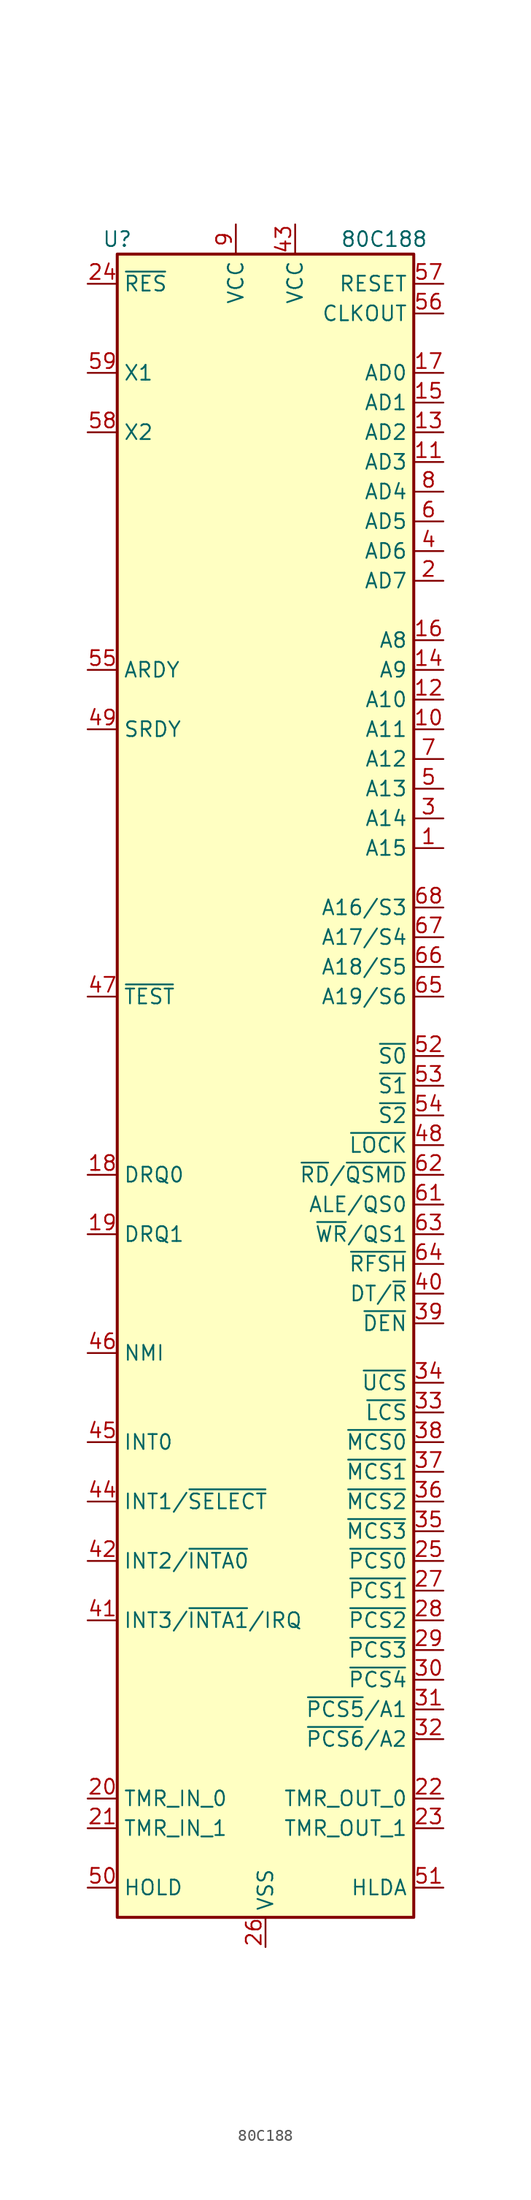
<source format=kicad_sym>
(kicad_symbol_lib
  (version 20200908)
  (generator kicad_symbol_editor)
  (symbol "MCU_Intel:80C188"
    (property "Reference" "U"
      (at -12.7 72.39 0)
      (effects (font (size 1.27 1.27))))
    (property "Value" "80C188"
      (at 10.16 72.39 0)
      (effects (font (size 1.27 1.27))))
    (symbol "80C188_0_1"
      (rectangle (start 12.7 -71.12) (end -12.7 71.12) (stroke (width 0.254)) (fill (type background))))
    (symbol "80C188_1_1"
      (pin output line (at 15.24 20.32 180) (length 2.54) (name "A15" (effects (font (size 1.27 1.27)))) (number "1" (effects (font (size 1.27 1.27)))))
      (pin output line (at 15.24 30.48 180) (length 2.54) (name "A11" (effects (font (size 1.27 1.27)))) (number "10" (effects (font (size 1.27 1.27)))))
      (pin bidirectional line (at 15.24 53.34 180) (length 2.54) (name "AD3" (effects (font (size 1.27 1.27)))) (number "11" (effects (font (size 1.27 1.27)))))
      (pin output line (at 15.24 33.02 180) (length 2.54) (name "A10" (effects (font (size 1.27 1.27)))) (number "12" (effects (font (size 1.27 1.27)))))
      (pin bidirectional line (at 15.24 55.88 180) (length 2.54) (name "AD2" (effects (font (size 1.27 1.27)))) (number "13" (effects (font (size 1.27 1.27)))))
      (pin output line (at 15.24 35.56 180) (length 2.54) (name "A9" (effects (font (size 1.27 1.27)))) (number "14" (effects (font (size 1.27 1.27)))))
      (pin bidirectional line (at 15.24 58.42 180) (length 2.54) (name "AD1" (effects (font (size 1.27 1.27)))) (number "15" (effects (font (size 1.27 1.27)))))
      (pin output line (at 15.24 38.1 180) (length 2.54) (name "A8" (effects (font (size 1.27 1.27)))) (number "16" (effects (font (size 1.27 1.27)))))
      (pin bidirectional line (at 15.24 60.96 180) (length 2.54) (name "AD0" (effects (font (size 1.27 1.27)))) (number "17" (effects (font (size 1.27 1.27)))))
      (pin input line (at -15.24 -7.62 0) (length 2.54) (name "DRQ0" (effects (font (size 1.27 1.27)))) (number "18" (effects (font (size 1.27 1.27)))))
      (pin input line (at -15.24 -12.7 0) (length 2.54) (name "DRQ1" (effects (font (size 1.27 1.27)))) (number "19" (effects (font (size 1.27 1.27)))))
      (pin bidirectional line (at 15.24 43.18 180) (length 2.54) (name "AD7" (effects (font (size 1.27 1.27)))) (number "2" (effects (font (size 1.27 1.27)))))
      (pin input line (at -15.24 -60.96 0) (length 2.54) (name "TMR_IN_0" (effects (font (size 1.27 1.27)))) (number "20" (effects (font (size 1.27 1.27)))))
      (pin input line (at -15.24 -63.5 0) (length 2.54) (name "TMR_IN_1" (effects (font (size 1.27 1.27)))) (number "21" (effects (font (size 1.27 1.27)))))
      (pin output line (at 15.24 -60.96 180) (length 2.54) (name "TMR_OUT_0" (effects (font (size 1.27 1.27)))) (number "22" (effects (font (size 1.27 1.27)))))
      (pin output line (at 15.24 -63.5 180) (length 2.54) (name "TMR_OUT_1" (effects (font (size 1.27 1.27)))) (number "23" (effects (font (size 1.27 1.27)))))
      (pin input line (at -15.24 68.58 0) (length 2.54) (name "~RES~" (effects (font (size 1.27 1.27)))) (number "24" (effects (font (size 1.27 1.27)))))
      (pin output line (at 15.24 -40.64 180) (length 2.54) (name "~PCS0~" (effects (font (size 1.27 1.27)))) (number "25" (effects (font (size 1.27 1.27)))))
      (pin power_in line (at 0 -73.66 90) (length 2.54) (name "VSS" (effects (font (size 1.27 1.27)))) (number "26" (effects (font (size 1.27 1.27)))))
      (pin output line (at 15.24 -43.18 180) (length 2.54) (name "~PCS1~" (effects (font (size 1.27 1.27)))) (number "27" (effects (font (size 1.27 1.27)))))
      (pin output line (at 15.24 -45.72 180) (length 2.54) (name "~PCS2~" (effects (font (size 1.27 1.27)))) (number "28" (effects (font (size 1.27 1.27)))))
      (pin output line (at 15.24 -48.26 180) (length 2.54) (name "~PCS3~" (effects (font (size 1.27 1.27)))) (number "29" (effects (font (size 1.27 1.27)))))
      (pin output line (at 15.24 22.86 180) (length 2.54) (name "A14" (effects (font (size 1.27 1.27)))) (number "3" (effects (font (size 1.27 1.27)))))
      (pin output line (at 15.24 -50.8 180) (length 2.54) (name "~PCS4~" (effects (font (size 1.27 1.27)))) (number "30" (effects (font (size 1.27 1.27)))))
      (pin output line (at 15.24 -53.34 180) (length 2.54) (name "~PCS5~/A1" (effects (font (size 1.27 1.27)))) (number "31" (effects (font (size 1.27 1.27)))))
      (pin output line (at 15.24 -55.88 180) (length 2.54) (name "~PCS6~/A2" (effects (font (size 1.27 1.27)))) (number "32" (effects (font (size 1.27 1.27)))))
      (pin bidirectional line (at 15.24 -27.94 180) (length 2.54) (name "~LCS~" (effects (font (size 1.27 1.27)))) (number "33" (effects (font (size 1.27 1.27)))))
      (pin bidirectional line (at 15.24 -25.4 180) (length 2.54) (name "~UCS~" (effects (font (size 1.27 1.27)))) (number "34" (effects (font (size 1.27 1.27)))))
      (pin output line (at 15.24 -38.1 180) (length 2.54) (name "~MCS3~" (effects (font (size 1.27 1.27)))) (number "35" (effects (font (size 1.27 1.27)))))
      (pin output line (at 15.24 -35.56 180) (length 2.54) (name "~MCS2~" (effects (font (size 1.27 1.27)))) (number "36" (effects (font (size 1.27 1.27)))))
      (pin output line (at 15.24 -33.02 180) (length 2.54) (name "~MCS1~" (effects (font (size 1.27 1.27)))) (number "37" (effects (font (size 1.27 1.27)))))
      (pin output line (at 15.24 -30.48 180) (length 2.54) (name "~MCS0~" (effects (font (size 1.27 1.27)))) (number "38" (effects (font (size 1.27 1.27)))))
      (pin output line (at 15.24 -20.32 180) (length 2.54) (name "~DEN~" (effects (font (size 1.27 1.27)))) (number "39" (effects (font (size 1.27 1.27)))))
      (pin bidirectional line (at 15.24 45.72 180) (length 2.54) (name "AD6" (effects (font (size 1.27 1.27)))) (number "4" (effects (font (size 1.27 1.27)))))
      (pin output line (at 15.24 -17.78 180) (length 2.54) (name "DT/~R~" (effects (font (size 1.27 1.27)))) (number "40" (effects (font (size 1.27 1.27)))))
      (pin bidirectional line (at -15.24 -45.72 0) (length 2.54) (name "INT3/~INTA1~/IRQ" (effects (font (size 1.27 1.27)))) (number "41" (effects (font (size 1.27 1.27)))))
      (pin bidirectional line (at -15.24 -40.64 0) (length 2.54) (name "INT2/~INTA0~" (effects (font (size 1.27 1.27)))) (number "42" (effects (font (size 1.27 1.27)))))
      (pin power_in line (at 2.54 73.66 270) (length 2.54) (name "VCC" (effects (font (size 1.27 1.27)))) (number "43" (effects (font (size 1.27 1.27)))))
      (pin input line (at -15.24 -35.56 0) (length 2.54) (name "INT1/~SELECT~" (effects (font (size 1.27 1.27)))) (number "44" (effects (font (size 1.27 1.27)))))
      (pin input line (at -15.24 -30.48 0) (length 2.54) (name "INT0" (effects (font (size 1.27 1.27)))) (number "45" (effects (font (size 1.27 1.27)))))
      (pin input line (at -15.24 -22.86 0) (length 2.54) (name "NMI" (effects (font (size 1.27 1.27)))) (number "46" (effects (font (size 1.27 1.27)))))
      (pin bidirectional line (at -15.24 7.62 0) (length 2.54) (name "~TEST~" (effects (font (size 1.27 1.27)))) (number "47" (effects (font (size 1.27 1.27)))))
      (pin output line (at 15.24 -5.08 180) (length 2.54) (name "~LOCK~" (effects (font (size 1.27 1.27)))) (number "48" (effects (font (size 1.27 1.27)))))
      (pin input line (at -15.24 30.48 0) (length 2.54) (name "SRDY" (effects (font (size 1.27 1.27)))) (number "49" (effects (font (size 1.27 1.27)))))
      (pin output line (at 15.24 25.4 180) (length 2.54) (name "A13" (effects (font (size 1.27 1.27)))) (number "5" (effects (font (size 1.27 1.27)))))
      (pin input line (at -15.24 -68.58 0) (length 2.54) (name "HOLD" (effects (font (size 1.27 1.27)))) (number "50" (effects (font (size 1.27 1.27)))))
      (pin output line (at 15.24 -68.58 180) (length 2.54) (name "HLDA" (effects (font (size 1.27 1.27)))) (number "51" (effects (font (size 1.27 1.27)))))
      (pin output line (at 15.24 2.54 180) (length 2.54) (name "~S0~" (effects (font (size 1.27 1.27)))) (number "52" (effects (font (size 1.27 1.27)))))
      (pin output line (at 15.24 0 180) (length 2.54) (name "~S1~" (effects (font (size 1.27 1.27)))) (number "53" (effects (font (size 1.27 1.27)))))
      (pin output line (at 15.24 -2.54 180) (length 2.54) (name "~S2~" (effects (font (size 1.27 1.27)))) (number "54" (effects (font (size 1.27 1.27)))))
      (pin input line (at -15.24 35.56 0) (length 2.54) (name "ARDY" (effects (font (size 1.27 1.27)))) (number "55" (effects (font (size 1.27 1.27)))))
      (pin output line (at 15.24 66.04 180) (length 2.54) (name "CLKOUT" (effects (font (size 1.27 1.27)))) (number "56" (effects (font (size 1.27 1.27)))))
      (pin output line (at 15.24 68.58 180) (length 2.54) (name "RESET" (effects (font (size 1.27 1.27)))) (number "57" (effects (font (size 1.27 1.27)))))
      (pin output line (at -15.24 55.88 0) (length 2.54) (name "X2" (effects (font (size 1.27 1.27)))) (number "58" (effects (font (size 1.27 1.27)))))
      (pin input line (at -15.24 60.96 0) (length 2.54) (name "X1" (effects (font (size 1.27 1.27)))) (number "59" (effects (font (size 1.27 1.27)))))
      (pin bidirectional line (at 15.24 48.26 180) (length 2.54) (name "AD5" (effects (font (size 1.27 1.27)))) (number "6" (effects (font (size 1.27 1.27)))))
      (pin passive line (at 0 -73.66 90) (length 2.54) hide (name "VSS" (effects (font (size 1.27 1.27)))) (number "60" (effects (font (size 1.27 1.27)))))
      (pin output line (at 15.24 -10.16 180) (length 2.54) (name "ALE/QS0" (effects (font (size 1.27 1.27)))) (number "61" (effects (font (size 1.27 1.27)))))
      (pin bidirectional line (at 15.24 -7.62 180) (length 2.54) (name "~RD~/~QSMD~" (effects (font (size 1.27 1.27)))) (number "62" (effects (font (size 1.27 1.27)))))
      (pin output line (at 15.24 -12.7 180) (length 2.54) (name "~WR~/QS1" (effects (font (size 1.27 1.27)))) (number "63" (effects (font (size 1.27 1.27)))))
      (pin output line (at 15.24 -15.24 180) (length 2.54) (name "~RFSH~" (effects (font (size 1.27 1.27)))) (number "64" (effects (font (size 1.27 1.27)))))
      (pin output line (at 15.24 7.62 180) (length 2.54) (name "A19/S6" (effects (font (size 1.27 1.27)))) (number "65" (effects (font (size 1.27 1.27)))))
      (pin output line (at 15.24 10.16 180) (length 2.54) (name "A18/S5" (effects (font (size 1.27 1.27)))) (number "66" (effects (font (size 1.27 1.27)))))
      (pin output line (at 15.24 12.7 180) (length 2.54) (name "A17/S4" (effects (font (size 1.27 1.27)))) (number "67" (effects (font (size 1.27 1.27)))))
      (pin output line (at 15.24 15.24 180) (length 2.54) (name "A16/S3" (effects (font (size 1.27 1.27)))) (number "68" (effects (font (size 1.27 1.27)))))
      (pin output line (at 15.24 27.94 180) (length 2.54) (name "A12" (effects (font (size 1.27 1.27)))) (number "7" (effects (font (size 1.27 1.27)))))
      (pin bidirectional line (at 15.24 50.8 180) (length 2.54) (name "AD4" (effects (font (size 1.27 1.27)))) (number "8" (effects (font (size 1.27 1.27)))))
      (pin power_in line (at -2.54 73.66 270) (length 2.54) (name "VCC" (effects (font (size 1.27 1.27)))) (number "9" (effects (font (size 1.27 1.27))))))))
</source>
